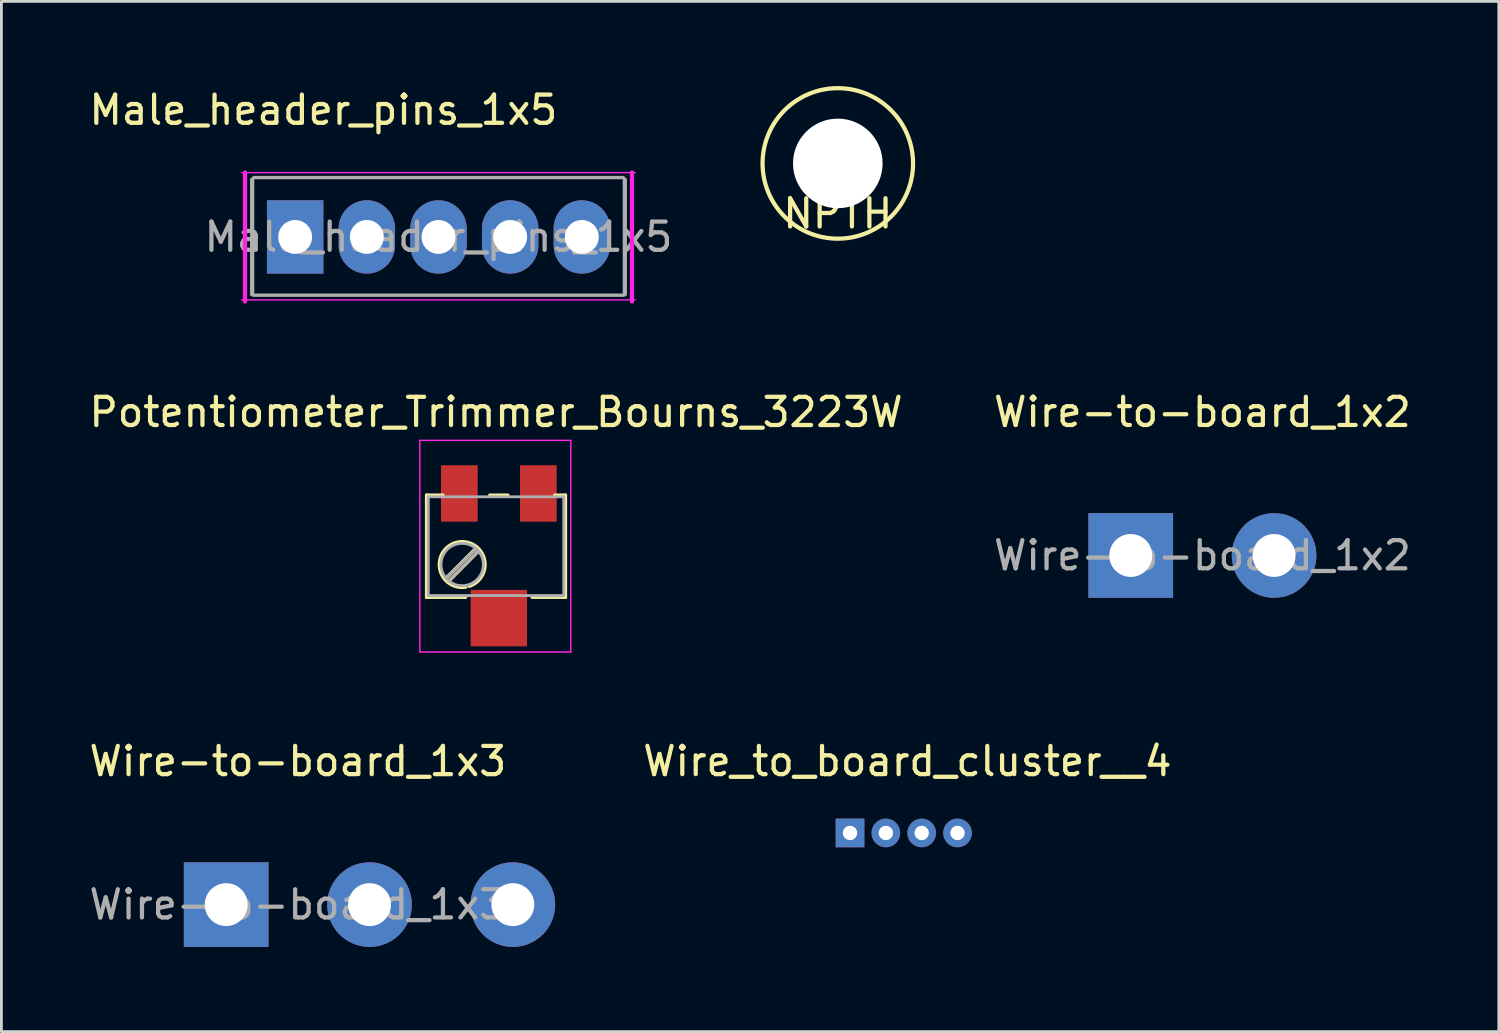
<source format=kicad_pcb>
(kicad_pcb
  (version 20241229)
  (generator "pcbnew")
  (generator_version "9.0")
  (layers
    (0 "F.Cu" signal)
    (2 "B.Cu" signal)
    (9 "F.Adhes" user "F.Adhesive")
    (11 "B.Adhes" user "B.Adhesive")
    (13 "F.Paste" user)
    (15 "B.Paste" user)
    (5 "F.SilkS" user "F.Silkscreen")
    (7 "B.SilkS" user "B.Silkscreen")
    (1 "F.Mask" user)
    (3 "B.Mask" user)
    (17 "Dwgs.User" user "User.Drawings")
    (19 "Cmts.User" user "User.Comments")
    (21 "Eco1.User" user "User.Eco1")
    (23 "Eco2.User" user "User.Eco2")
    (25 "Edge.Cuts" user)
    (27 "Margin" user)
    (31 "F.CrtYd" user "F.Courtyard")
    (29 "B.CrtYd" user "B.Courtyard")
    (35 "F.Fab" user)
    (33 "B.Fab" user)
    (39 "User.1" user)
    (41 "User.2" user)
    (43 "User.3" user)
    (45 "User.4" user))
  (footprint "Wire-to-board_1x3"
    (layer "F.Cu")
    (at 4.966 29.011)
    (property "Reference" "Wire-to-board_1x3" (at 2.54 -5.08 0) (layer "F.SilkS") (effects (font (size 1 1) (thickness 0.15))))
    (attr through_hole)
    (fp_text user "${REFERENCE}" (at 2.54 0 0) (layer "F.Fab") (effects (font (size 1 1) (thickness 0.15))))
    (pad "1" thru_hole rect (at 0 0) (size 3 3) (drill 1.52) (layers "*.Cu" "*.Mask"))
    (pad "2" thru_hole circle (at 5.08 0) (size 3 3) (drill 1.52) (layers "*.Cu" "*.Mask"))
    (pad "3" thru_hole circle (at 10.16 0) (size 3 3) (drill 1.52) (layers "*.Cu" "*.Mask")))
  (footprint "Wire_to_board_cluster__4"
    (layer "F.Cu")
    (at 29.108 26.471)
    (property "Reference" "Wire_to_board_cluster__4" (at 0 -2.54 0) (layer "F.SilkS") (effects (font (size 1 1) (thickness 0.15))))
    (attr through_hole)
    (pad "1" thru_hole rect (at -2.032 0) (size 1.016 1.016) (drill 0.508) (layers "*.Cu" "*.Mask"))
    (pad "2" thru_hole circle (at -0.762 0) (size 1.016 1.016) (drill 0.508) (layers "*.Cu" "*.Mask"))
    (pad "3" thru_hole circle (at 0.508 0) (size 1.016 1.016) (drill 0.508) (layers "*.Cu" "*.Mask"))
    (pad "4" thru_hole circle (at 1.778 0) (size 1.016 1.016) (drill 0.508) (layers "*.Cu" "*.Mask")))
  (footprint "NPTH"
    (layer "F.Cu")
    (at 26.643 2.742)
    (property "Reference" "NPTH" (at 0 1.778 0) (layer "F.SilkS") (effects (font (size 1 1) (thickness 0.15))))
    (attr through_hole)
    (fp_circle (center 0 0) (end 2.667 0) (stroke (width 0.15) (type solid)) (fill no) (layer "F.SilkS"))
    (pad "" np_thru_hole circle (at 0 0) (size 3.175 3.175) (drill 3.175) (layers "*.Cu" "*.Mask")))
  (footprint "Wire-to-board_1x2"
    (layer "F.Cu")
    (at 37.025 16.637)
    (property "Reference" "Wire-to-board_1x2" (at 2.54 -5.08 0) (layer "F.SilkS") (effects (font (size 1 1) (thickness 0.15))))
    (attr through_hole)
    (fp_text user "${REFERENCE}" (at 2.54 0 0) (layer "F.Fab") (effects (font (size 1 1) (thickness 0.15))))
    (pad "1" thru_hole rect (at 0 0) (size 3 3) (drill 1.52) (layers "*.Cu" "*.Mask"))
    (pad "2" thru_hole circle (at 5.08 0) (size 3 3) (drill 1.52) (layers "*.Cu" "*.Mask")))
  (footprint "Male_header_pins_1x5"
    (layer "F.Cu")
    (at 7.411 5.348)
    (property "Reference" "Male_header_pins_1x5" (at 1 -4.5 0) (layer "F.SilkS") (effects (font (size 1 1) (thickness 0.15))))
    (attr through_hole)
    (fp_line (start -1.9 -2.28) (end 12.05 -2.28) (stroke (width 0.05) (type solid)) (layer "F.CrtYd"))
    (fp_line (start -1.778 -2.286) (end -1.778 2.286) (stroke (width 0.15) (type solid)) (layer "F.CrtYd"))
    (fp_line (start 11.938 2.286) (end 11.938 -2.286) (stroke (width 0.15) (type solid)) (layer "F.CrtYd"))
    (fp_line (start 12.05 2.23) (end -1.9 2.23) (stroke (width 0.05) (type solid)) (layer "F.CrtYd"))
    (fp_line (start -1.524 -2.032) (end -1.524 2.032) (stroke (width 0.15) (type solid)) (layer "F.Fab"))
    (fp_line (start -1.47 2.064) (end 11.63 2.064) (stroke (width 0.12) (type solid)) (layer "F.Fab"))
    (fp_line (start 11.63 -2.104) (end -1.47 -2.104) (stroke (width 0.12) (type solid)) (layer "F.Fab"))
    (fp_line (start 11.684 -2.032) (end 11.684 2.032) (stroke (width 0.15) (type solid)) (layer "F.Fab"))
    (fp_text user "${REFERENCE}" (at 5.08 0 0) (layer "F.Fab") (effects (font (size 1 1) (thickness 0.15))))
    (pad "1" thru_hole rect (at 0 0) (size 2 2.6) (drill 1.2) (layers "*.Cu" "*.Mask"))
    (pad "2" thru_hole oval (at 2.54 0) (size 2 2.6) (drill 1.2) (layers "*.Cu" "*.Mask"))
    (pad "3" thru_hole oval (at 5.08 0) (size 2 2.6) (drill 1.2) (layers "*.Cu" "*.Mask"))
    (pad "4" thru_hole oval (at 7.62 0) (size 2 2.6) (drill 1.2) (layers "*.Cu" "*.Mask"))
    (pad "5" thru_hole oval (at 10.16 0) (size 2 2.6) (drill 1.2) (layers "*.Cu" "*.Mask")))
  (footprint "Potentiometer_Trimmer_Bourns_3223W"
    (layer "F.Cu")
    (at 14.63 18.848)
    (property "Reference" "Potentiometer_Trimmer_Bourns_3223W" (at -0.1 -7.29 0) (layer "F.SilkS") (effects (font (size 1 1) (thickness 0.15))))
    (attr smd)
    (fp_line (start -2.56 -4.35) (end -2.56 -0.73) (stroke (width 0.12) (type solid)) (layer "F.SilkS"))
    (fp_line (start -2.56 -4.35) (end -1.98 -4.35) (stroke (width 0.12) (type solid)) (layer "F.SilkS"))
    (fp_line (start -2.56 -0.73) (end -1.18 -0.73) (stroke (width 0.12) (type solid)) (layer "F.SilkS"))
    (fp_line (start -0.78 -2.5) (end -1.91 -1.37) (stroke (width 0.12) (type solid)) (layer "F.SilkS"))
    (fp_line (start -0.69 -2.4) (end -1.81 -1.27) (stroke (width 0.12) (type solid)) (layer "F.SilkS"))
    (fp_line (start -0.32 -4.35) (end 0.32 -4.35) (stroke (width 0.12) (type solid)) (layer "F.SilkS"))
    (fp_line (start 1.18 -0.73) (end 2.36 -0.73) (stroke (width 0.12) (type solid)) (layer "F.SilkS"))
    (fp_line (start 1.98 -4.35) (end 2.36 -4.35) (stroke (width 0.12) (type solid)) (layer "F.SilkS"))
    (fp_line (start 2.36 -4.35) (end 2.36 -0.73) (stroke (width 0.12) (type solid)) (layer "F.SilkS"))
    (fp_arc (start -1.28605 -1.080552) (mid -1.433441 -2.688495) (end -1.05 -1.12) (stroke (width 0.12) (type solid)) (layer "F.SilkS"))
    (fp_arc (start -1.173288 -1.089972) (mid -1.236448 -1.082497) (end -1.3 -1.08) (stroke (width 0.12) (type solid)) (layer "F.SilkS"))
    (fp_line (start -2.8 -6.29) (end -2.8 1.21) (stroke (width 0.05) (type solid)) (layer "F.CrtYd"))
    (fp_line (start -2.8 1.21) (end 2.55 1.21) (stroke (width 0.05) (type solid)) (layer "F.CrtYd"))
    (fp_line (start 2.55 -6.29) (end -2.8 -6.29) (stroke (width 0.05) (type solid)) (layer "F.CrtYd"))
    (fp_line (start 2.55 1.21) (end 2.55 -6.29) (stroke (width 0.05) (type solid)) (layer "F.CrtYd"))
    (fp_line (start -2.5 -4.29) (end -2.5 -0.79) (stroke (width 0.1) (type solid)) (layer "F.Fab"))
    (fp_line (start -2.5 -0.79) (end 2.3 -0.79) (stroke (width 0.1) (type solid)) (layer "F.Fab"))
    (fp_line (start -0.82 -2.46) (end -1.87 -1.41) (stroke (width 0.1) (type solid)) (layer "F.Fab"))
    (fp_line (start -0.73 -2.37) (end -1.78 -1.32) (stroke (width 0.1) (type solid)) (layer "F.Fab"))
    (fp_line (start 2.3 -4.29) (end -2.5 -4.29) (stroke (width 0.1) (type solid)) (layer "F.Fab"))
    (fp_line (start 2.3 -0.79) (end 2.3 -4.29) (stroke (width 0.1) (type solid)) (layer "F.Fab"))
    (fp_circle (center -1.3 -1.89) (end -0.55 -1.89) (stroke (width 0.1) (type solid)) (fill no) (layer "F.Fab"))
    (pad "1" smd rect (at 1.4 -4.41) (size 1.3 2) (layers "F.Cu" "F.Mask"))
    (pad "2" smd rect (at 0 0.01) (size 2 2) (layers "F.Cu" "F.Mask"))
    (pad "3" smd rect (at -1.4 -4.41) (size 1.3 2) (layers "F.Cu" "F.Mask")))
  (gr_rect
    (start -3 -3)
    (end 50.071 33.511)
    (stroke (width 0.1) (type default))
    (fill no)
    (layer "Edge.Cuts")))
</source>
